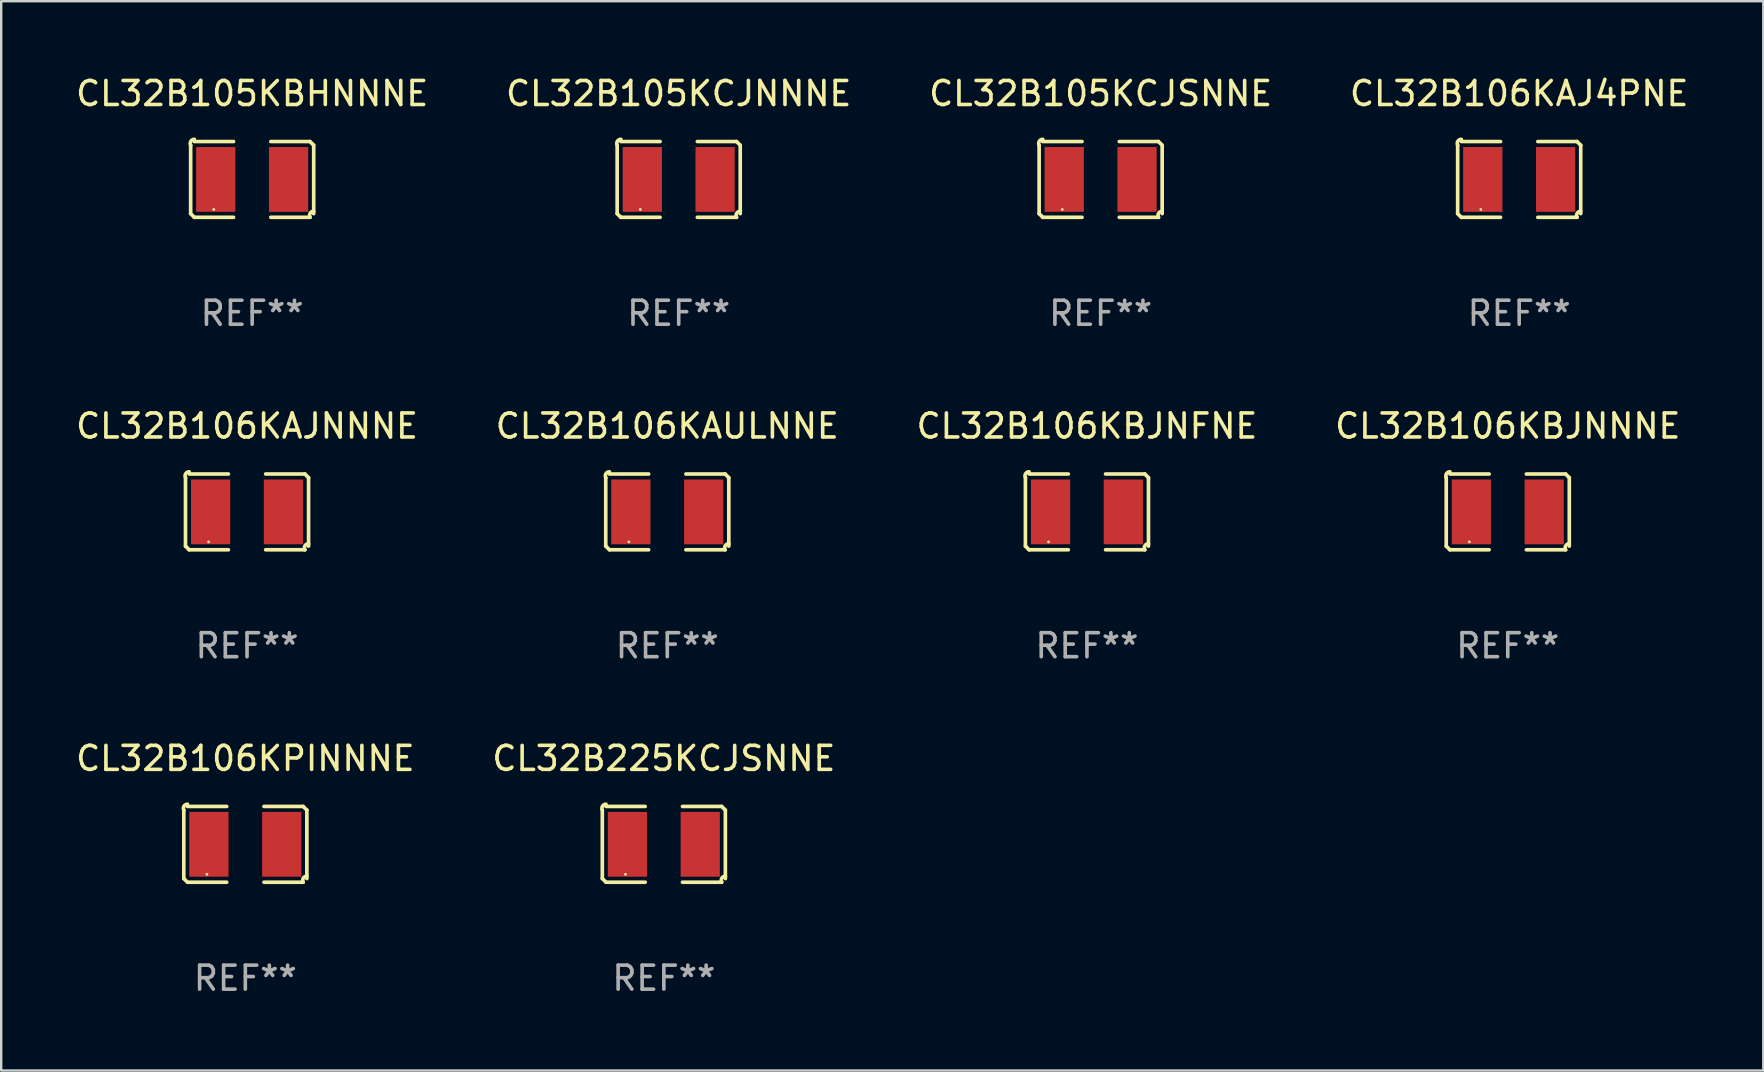
<source format=kicad_pcb>
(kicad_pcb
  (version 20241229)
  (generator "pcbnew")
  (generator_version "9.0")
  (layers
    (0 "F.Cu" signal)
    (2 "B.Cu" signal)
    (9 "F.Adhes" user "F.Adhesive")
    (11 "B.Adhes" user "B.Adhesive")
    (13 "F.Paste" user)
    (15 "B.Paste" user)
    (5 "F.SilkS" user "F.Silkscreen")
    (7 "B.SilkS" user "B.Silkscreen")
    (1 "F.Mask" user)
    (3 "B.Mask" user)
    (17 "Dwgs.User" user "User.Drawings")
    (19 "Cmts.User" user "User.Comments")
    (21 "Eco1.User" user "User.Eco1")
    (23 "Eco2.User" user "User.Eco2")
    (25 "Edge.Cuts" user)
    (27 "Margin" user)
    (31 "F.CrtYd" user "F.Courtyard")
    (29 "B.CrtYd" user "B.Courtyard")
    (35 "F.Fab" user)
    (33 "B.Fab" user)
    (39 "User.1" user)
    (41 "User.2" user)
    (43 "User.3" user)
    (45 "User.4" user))
  (footprint "CL32B106KAJ4PNE"
    (layer "F.Cu")
    (at 60.256 4.427)
    (property "Reference" "CL32B106KAJ4PNE" (at 0 -3.579 0) (layer "F.SilkS") (effects (font (size 1 1) (thickness 0.15))))
    (attr through_hole)
    (fp_line (start -2.564 1.426) (end -2.564 -1.426) (stroke (width 0.152) (type solid)) (layer "F.SilkS"))
    (fp_line (start -2.411 -1.579) (end -0.776 -1.579) (stroke (width 0.152) (type solid)) (layer "F.SilkS"))
    (fp_line (start -0.776 1.579) (end -2.411 1.579) (stroke (width 0.152) (type solid)) (layer "F.SilkS"))
    (fp_line (start 0.776 1.579) (end 2.411 1.579) (stroke (width 0.152) (type solid)) (layer "F.SilkS"))
    (fp_line (start 2.411 -1.579) (end 0.776 -1.579) (stroke (width 0.152) (type solid)) (layer "F.SilkS"))
    (fp_line (start 2.564 1.426) (end 2.564 -1.426) (stroke (width 0.152) (type solid)) (layer "F.SilkS"))
    (fp_arc (start -2.563602 -1.426213) (mid -2.555597 -1.591233) (end -2.411201 -1.671518) (stroke (width 0.1524) (type solid)) (layer "F.SilkS"))
    (fp_arc (start -2.5636 1.426214) (mid -2.487389 1.502402) (end -2.411201 1.578613) (stroke (width 0.1524) (type solid)) (layer "F.SilkS"))
    (fp_arc (start 2.411197 -1.578618) (mid 2.487403 -1.502419) (end 2.563602 -1.426213) (stroke (width 0.1524) (type solid)) (layer "F.SilkS"))
    (fp_arc (start 2.411201 1.578613) (mid 2.416214 1.409455) (end 2.563602 1.32629) (stroke (width 0.1524) (type solid)) (layer "F.SilkS"))
    (fp_circle (center -1.6 1.25) (end -1.57 1.25) (stroke (width 0.06) (type solid)) (fill no) (layer "F.SilkS"))
    (fp_text user "REF**" (at 0 5.579 0) (layer "F.Fab") (effects (font (size 1 1) (thickness 0.15))))
    (pad "1" smd rect (at -1.517 0) (size 1.635 2.7) (layers "F.Cu" "F.Mask" "F.Paste"))
    (pad "2" smd rect (at 1.517 0) (size 1.635 2.7) (layers "F.Cu" "F.Mask" "F.Paste")))
  (footprint "CL32B106KAULNNE"
    (layer "F.Cu")
    (at 24.756 18.281)
    (property "Reference" "CL32B106KAULNNE" (at 0 -3.579 0) (layer "F.SilkS") (effects (font (size 1 1) (thickness 0.15))))
    (attr through_hole)
    (fp_line (start -2.564 1.426) (end -2.564 -1.426) (stroke (width 0.152) (type solid)) (layer "F.SilkS"))
    (fp_line (start -2.411 -1.579) (end -0.776 -1.579) (stroke (width 0.152) (type solid)) (layer "F.SilkS"))
    (fp_line (start -0.776 1.579) (end -2.411 1.579) (stroke (width 0.152) (type solid)) (layer "F.SilkS"))
    (fp_line (start 0.776 1.579) (end 2.411 1.579) (stroke (width 0.152) (type solid)) (layer "F.SilkS"))
    (fp_line (start 2.411 -1.579) (end 0.776 -1.579) (stroke (width 0.152) (type solid)) (layer "F.SilkS"))
    (fp_line (start 2.564 1.426) (end 2.564 -1.426) (stroke (width 0.152) (type solid)) (layer "F.SilkS"))
    (fp_arc (start -2.563602 -1.426213) (mid -2.555597 -1.591233) (end -2.411201 -1.671518) (stroke (width 0.1524) (type solid)) (layer "F.SilkS"))
    (fp_arc (start -2.5636 1.426214) (mid -2.487389 1.502402) (end -2.411201 1.578613) (stroke (width 0.1524) (type solid)) (layer "F.SilkS"))
    (fp_arc (start 2.411197 -1.578618) (mid 2.487403 -1.502419) (end 2.563602 -1.426213) (stroke (width 0.1524) (type solid)) (layer "F.SilkS"))
    (fp_arc (start 2.411201 1.578613) (mid 2.416214 1.409455) (end 2.563602 1.32629) (stroke (width 0.1524) (type solid)) (layer "F.SilkS"))
    (fp_circle (center -1.6 1.25) (end -1.57 1.25) (stroke (width 0.06) (type solid)) (fill no) (layer "F.SilkS"))
    (fp_text user "REF**" (at 0 5.579 0) (layer "F.Fab") (effects (font (size 1 1) (thickness 0.15))))
    (pad "1" smd rect (at -1.517 0) (size 1.635 2.7) (layers "F.Cu" "F.Mask" "F.Paste"))
    (pad "2" smd rect (at 1.517 0) (size 1.635 2.7) (layers "F.Cu" "F.Mask" "F.Paste")))
  (footprint "CL32B106KBJNNNE"
    (layer "F.Cu")
    (at 59.78 18.281)
    (property "Reference" "CL32B106KBJNNNE" (at 0 -3.579 0) (layer "F.SilkS") (effects (font (size 1 1) (thickness 0.15))))
    (attr through_hole)
    (fp_line (start -2.564 1.426) (end -2.564 -1.426) (stroke (width 0.152) (type solid)) (layer "F.SilkS"))
    (fp_line (start -2.411 -1.579) (end -0.776 -1.579) (stroke (width 0.152) (type solid)) (layer "F.SilkS"))
    (fp_line (start -0.776 1.579) (end -2.411 1.579) (stroke (width 0.152) (type solid)) (layer "F.SilkS"))
    (fp_line (start 0.776 1.579) (end 2.411 1.579) (stroke (width 0.152) (type solid)) (layer "F.SilkS"))
    (fp_line (start 2.411 -1.579) (end 0.776 -1.579) (stroke (width 0.152) (type solid)) (layer "F.SilkS"))
    (fp_line (start 2.564 1.426) (end 2.564 -1.426) (stroke (width 0.152) (type solid)) (layer "F.SilkS"))
    (fp_arc (start -2.563602 -1.426213) (mid -2.555597 -1.591233) (end -2.411201 -1.671518) (stroke (width 0.1524) (type solid)) (layer "F.SilkS"))
    (fp_arc (start -2.5636 1.426214) (mid -2.487389 1.502402) (end -2.411201 1.578613) (stroke (width 0.1524) (type solid)) (layer "F.SilkS"))
    (fp_arc (start 2.411197 -1.578618) (mid 2.487403 -1.502419) (end 2.563602 -1.426213) (stroke (width 0.1524) (type solid)) (layer "F.SilkS"))
    (fp_arc (start 2.411201 1.578613) (mid 2.416214 1.409455) (end 2.563602 1.32629) (stroke (width 0.1524) (type solid)) (layer "F.SilkS"))
    (fp_circle (center -1.6 1.25) (end -1.57 1.25) (stroke (width 0.06) (type solid)) (fill no) (layer "F.SilkS"))
    (fp_text user "REF**" (at 0 5.579 0) (layer "F.Fab") (effects (font (size 1 1) (thickness 0.15))))
    (pad "1" smd rect (at -1.517 0) (size 1.635 2.7) (layers "F.Cu" "F.Mask" "F.Paste"))
    (pad "2" smd rect (at 1.517 0) (size 1.635 2.7) (layers "F.Cu" "F.Mask" "F.Paste")))
  (footprint "CL32B106KAJNNNE"
    (layer "F.Cu")
    (at 7.244 18.281)
    (property "Reference" "CL32B106KAJNNNE" (at 0 -3.579 0) (layer "F.SilkS") (effects (font (size 1 1) (thickness 0.15))))
    (attr through_hole)
    (fp_line (start -2.564 1.426) (end -2.564 -1.426) (stroke (width 0.152) (type solid)) (layer "F.SilkS"))
    (fp_line (start -2.411 -1.579) (end -0.776 -1.579) (stroke (width 0.152) (type solid)) (layer "F.SilkS"))
    (fp_line (start -0.776 1.579) (end -2.411 1.579) (stroke (width 0.152) (type solid)) (layer "F.SilkS"))
    (fp_line (start 0.776 1.579) (end 2.411 1.579) (stroke (width 0.152) (type solid)) (layer "F.SilkS"))
    (fp_line (start 2.411 -1.579) (end 0.776 -1.579) (stroke (width 0.152) (type solid)) (layer "F.SilkS"))
    (fp_line (start 2.564 1.426) (end 2.564 -1.426) (stroke (width 0.152) (type solid)) (layer "F.SilkS"))
    (fp_arc (start -2.563602 -1.426213) (mid -2.555597 -1.591233) (end -2.411201 -1.671518) (stroke (width 0.1524) (type solid)) (layer "F.SilkS"))
    (fp_arc (start -2.5636 1.426214) (mid -2.487389 1.502402) (end -2.411201 1.578613) (stroke (width 0.1524) (type solid)) (layer "F.SilkS"))
    (fp_arc (start 2.411197 -1.578618) (mid 2.487403 -1.502419) (end 2.563602 -1.426213) (stroke (width 0.1524) (type solid)) (layer "F.SilkS"))
    (fp_arc (start 2.411201 1.578613) (mid 2.416214 1.409455) (end 2.563602 1.32629) (stroke (width 0.1524) (type solid)) (layer "F.SilkS"))
    (fp_circle (center -1.6 1.25) (end -1.57 1.25) (stroke (width 0.06) (type solid)) (fill no) (layer "F.SilkS"))
    (fp_text user "REF**" (at 0 5.579 0) (layer "F.Fab") (effects (font (size 1 1) (thickness 0.15))))
    (pad "1" smd rect (at -1.517 0) (size 1.635 2.7) (layers "F.Cu" "F.Mask" "F.Paste"))
    (pad "2" smd rect (at 1.517 0) (size 1.635 2.7) (layers "F.Cu" "F.Mask" "F.Paste")))
  (footprint "CL32B105KBHNNNE"
    (layer "F.Cu")
    (at 7.458 4.427)
    (property "Reference" "CL32B105KBHNNNE" (at 0 -3.579 0) (layer "F.SilkS") (effects (font (size 1 1) (thickness 0.15))))
    (attr through_hole)
    (fp_line (start -2.564 1.426) (end -2.564 -1.426) (stroke (width 0.152) (type solid)) (layer "F.SilkS"))
    (fp_line (start -2.411 -1.579) (end -0.776 -1.579) (stroke (width 0.152) (type solid)) (layer "F.SilkS"))
    (fp_line (start -0.776 1.579) (end -2.411 1.579) (stroke (width 0.152) (type solid)) (layer "F.SilkS"))
    (fp_line (start 0.776 1.579) (end 2.411 1.579) (stroke (width 0.152) (type solid)) (layer "F.SilkS"))
    (fp_line (start 2.411 -1.579) (end 0.776 -1.579) (stroke (width 0.152) (type solid)) (layer "F.SilkS"))
    (fp_line (start 2.564 1.426) (end 2.564 -1.426) (stroke (width 0.152) (type solid)) (layer "F.SilkS"))
    (fp_arc (start -2.563602 -1.426213) (mid -2.555597 -1.591233) (end -2.411201 -1.671518) (stroke (width 0.1524) (type solid)) (layer "F.SilkS"))
    (fp_arc (start -2.5636 1.426214) (mid -2.487389 1.502402) (end -2.411201 1.578613) (stroke (width 0.1524) (type solid)) (layer "F.SilkS"))
    (fp_arc (start 2.411197 -1.578618) (mid 2.487403 -1.502419) (end 2.563602 -1.426213) (stroke (width 0.1524) (type solid)) (layer "F.SilkS"))
    (fp_arc (start 2.411201 1.578613) (mid 2.416214 1.409455) (end 2.563602 1.32629) (stroke (width 0.1524) (type solid)) (layer "F.SilkS"))
    (fp_circle (center -1.6 1.25) (end -1.57 1.25) (stroke (width 0.06) (type solid)) (fill no) (layer "F.SilkS"))
    (fp_text user "REF**" (at 0 5.579 0) (layer "F.Fab") (effects (font (size 1 1) (thickness 0.15))))
    (pad "1" smd rect (at -1.517 0) (size 1.635 2.7) (layers "F.Cu" "F.Mask" "F.Paste"))
    (pad "2" smd rect (at 1.517 0) (size 1.635 2.7) (layers "F.Cu" "F.Mask" "F.Paste")))
  (footprint "CL32B105KCJNNNE"
    (layer "F.Cu")
    (at 25.232 4.427)
    (property "Reference" "CL32B105KCJNNNE" (at 0 -3.579 0) (layer "F.SilkS") (effects (font (size 1 1) (thickness 0.15))))
    (attr through_hole)
    (fp_line (start -2.564 1.426) (end -2.564 -1.426) (stroke (width 0.152) (type solid)) (layer "F.SilkS"))
    (fp_line (start -2.411 -1.579) (end -0.776 -1.579) (stroke (width 0.152) (type solid)) (layer "F.SilkS"))
    (fp_line (start -0.776 1.579) (end -2.411 1.579) (stroke (width 0.152) (type solid)) (layer "F.SilkS"))
    (fp_line (start 0.776 1.579) (end 2.411 1.579) (stroke (width 0.152) (type solid)) (layer "F.SilkS"))
    (fp_line (start 2.411 -1.579) (end 0.776 -1.579) (stroke (width 0.152) (type solid)) (layer "F.SilkS"))
    (fp_line (start 2.564 1.426) (end 2.564 -1.426) (stroke (width 0.152) (type solid)) (layer "F.SilkS"))
    (fp_arc (start -2.563602 -1.426213) (mid -2.555597 -1.591233) (end -2.411201 -1.671518) (stroke (width 0.1524) (type solid)) (layer "F.SilkS"))
    (fp_arc (start -2.5636 1.426214) (mid -2.487389 1.502402) (end -2.411201 1.578613) (stroke (width 0.1524) (type solid)) (layer "F.SilkS"))
    (fp_arc (start 2.411197 -1.578618) (mid 2.487403 -1.502419) (end 2.563602 -1.426213) (stroke (width 0.1524) (type solid)) (layer "F.SilkS"))
    (fp_arc (start 2.411201 1.578613) (mid 2.416214 1.409455) (end 2.563602 1.32629) (stroke (width 0.1524) (type solid)) (layer "F.SilkS"))
    (fp_circle (center -1.6 1.25) (end -1.57 1.25) (stroke (width 0.06) (type solid)) (fill no) (layer "F.SilkS"))
    (fp_text user "REF**" (at 0 5.579 0) (layer "F.Fab") (effects (font (size 1 1) (thickness 0.15))))
    (pad "1" smd rect (at -1.517 0) (size 1.635 2.7) (layers "F.Cu" "F.Mask" "F.Paste"))
    (pad "2" smd rect (at 1.517 0) (size 1.635 2.7) (layers "F.Cu" "F.Mask" "F.Paste")))
  (footprint "CL32B106KPINNNE"
    (layer "F.Cu")
    (at 7.173 32.134)
    (property "Reference" "CL32B106KPINNNE" (at 0 -3.579 0) (layer "F.SilkS") (effects (font (size 1 1) (thickness 0.15))))
    (attr through_hole)
    (fp_line (start -2.564 1.426) (end -2.564 -1.426) (stroke (width 0.152) (type solid)) (layer "F.SilkS"))
    (fp_line (start -2.411 -1.579) (end -0.776 -1.579) (stroke (width 0.152) (type solid)) (layer "F.SilkS"))
    (fp_line (start -0.776 1.579) (end -2.411 1.579) (stroke (width 0.152) (type solid)) (layer "F.SilkS"))
    (fp_line (start 0.776 1.579) (end 2.411 1.579) (stroke (width 0.152) (type solid)) (layer "F.SilkS"))
    (fp_line (start 2.411 -1.579) (end 0.776 -1.579) (stroke (width 0.152) (type solid)) (layer "F.SilkS"))
    (fp_line (start 2.564 1.426) (end 2.564 -1.426) (stroke (width 0.152) (type solid)) (layer "F.SilkS"))
    (fp_arc (start -2.563602 -1.426213) (mid -2.555597 -1.591233) (end -2.411201 -1.671518) (stroke (width 0.1524) (type solid)) (layer "F.SilkS"))
    (fp_arc (start -2.5636 1.426214) (mid -2.487389 1.502402) (end -2.411201 1.578613) (stroke (width 0.1524) (type solid)) (layer "F.SilkS"))
    (fp_arc (start 2.411197 -1.578618) (mid 2.487403 -1.502419) (end 2.563602 -1.426213) (stroke (width 0.1524) (type solid)) (layer "F.SilkS"))
    (fp_arc (start 2.411201 1.578613) (mid 2.416214 1.409455) (end 2.563602 1.32629) (stroke (width 0.1524) (type solid)) (layer "F.SilkS"))
    (fp_circle (center -1.6 1.25) (end -1.57 1.25) (stroke (width 0.06) (type solid)) (fill no) (layer "F.SilkS"))
    (fp_text user "REF**" (at 0 5.579 0) (layer "F.Fab") (effects (font (size 1 1) (thickness 0.15))))
    (pad "1" smd rect (at -1.517 0) (size 1.635 2.7) (layers "F.Cu" "F.Mask" "F.Paste"))
    (pad "2" smd rect (at 1.517 0) (size 1.635 2.7) (layers "F.Cu" "F.Mask" "F.Paste")))
  (footprint "CL32B105KCJSNNE"
    (layer "F.Cu")
    (at 42.815 4.427)
    (property "Reference" "CL32B105KCJSNNE" (at 0 -3.579 0) (layer "F.SilkS") (effects (font (size 1 1) (thickness 0.15))))
    (attr through_hole)
    (fp_line (start -2.564 1.426) (end -2.564 -1.426) (stroke (width 0.152) (type solid)) (layer "F.SilkS"))
    (fp_line (start -2.411 -1.579) (end -0.776 -1.579) (stroke (width 0.152) (type solid)) (layer "F.SilkS"))
    (fp_line (start -0.776 1.579) (end -2.411 1.579) (stroke (width 0.152) (type solid)) (layer "F.SilkS"))
    (fp_line (start 0.776 1.579) (end 2.411 1.579) (stroke (width 0.152) (type solid)) (layer "F.SilkS"))
    (fp_line (start 2.411 -1.579) (end 0.776 -1.579) (stroke (width 0.152) (type solid)) (layer "F.SilkS"))
    (fp_line (start 2.564 1.426) (end 2.564 -1.426) (stroke (width 0.152) (type solid)) (layer "F.SilkS"))
    (fp_arc (start -2.563602 -1.426213) (mid -2.555597 -1.591233) (end -2.411201 -1.671518) (stroke (width 0.1524) (type solid)) (layer "F.SilkS"))
    (fp_arc (start -2.5636 1.426214) (mid -2.487389 1.502402) (end -2.411201 1.578613) (stroke (width 0.1524) (type solid)) (layer "F.SilkS"))
    (fp_arc (start 2.411197 -1.578618) (mid 2.487403 -1.502419) (end 2.563602 -1.426213) (stroke (width 0.1524) (type solid)) (layer "F.SilkS"))
    (fp_arc (start 2.411201 1.578613) (mid 2.416214 1.409455) (end 2.563602 1.32629) (stroke (width 0.1524) (type solid)) (layer "F.SilkS"))
    (fp_circle (center -1.6 1.25) (end -1.57 1.25) (stroke (width 0.06) (type solid)) (fill no) (layer "F.SilkS"))
    (fp_text user "REF**" (at 0 5.579 0) (layer "F.Fab") (effects (font (size 1 1) (thickness 0.15))))
    (pad "1" smd rect (at -1.517 0) (size 1.635 2.7) (layers "F.Cu" "F.Mask" "F.Paste"))
    (pad "2" smd rect (at 1.517 0) (size 1.635 2.7) (layers "F.Cu" "F.Mask" "F.Paste")))
  (footprint "CL32B225KCJSNNE"
    (layer "F.Cu")
    (at 24.613 32.134)
    (property "Reference" "CL32B225KCJSNNE" (at 0 -3.579 0) (layer "F.SilkS") (effects (font (size 1 1) (thickness 0.15))))
    (attr through_hole)
    (fp_line (start -2.564 1.426) (end -2.564 -1.426) (stroke (width 0.152) (type solid)) (layer "F.SilkS"))
    (fp_line (start -2.411 -1.579) (end -0.776 -1.579) (stroke (width 0.152) (type solid)) (layer "F.SilkS"))
    (fp_line (start -0.776 1.579) (end -2.411 1.579) (stroke (width 0.152) (type solid)) (layer "F.SilkS"))
    (fp_line (start 0.776 1.579) (end 2.411 1.579) (stroke (width 0.152) (type solid)) (layer "F.SilkS"))
    (fp_line (start 2.411 -1.579) (end 0.776 -1.579) (stroke (width 0.152) (type solid)) (layer "F.SilkS"))
    (fp_line (start 2.564 1.426) (end 2.564 -1.426) (stroke (width 0.152) (type solid)) (layer "F.SilkS"))
    (fp_arc (start -2.563602 -1.426213) (mid -2.555597 -1.591233) (end -2.411201 -1.671518) (stroke (width 0.1524) (type solid)) (layer "F.SilkS"))
    (fp_arc (start -2.5636 1.426214) (mid -2.487389 1.502402) (end -2.411201 1.578613) (stroke (width 0.1524) (type solid)) (layer "F.SilkS"))
    (fp_arc (start 2.411197 -1.578618) (mid 2.487403 -1.502419) (end 2.563602 -1.426213) (stroke (width 0.1524) (type solid)) (layer "F.SilkS"))
    (fp_arc (start 2.411201 1.578613) (mid 2.416214 1.409455) (end 2.563602 1.32629) (stroke (width 0.1524) (type solid)) (layer "F.SilkS"))
    (fp_circle (center -1.6 1.25) (end -1.57 1.25) (stroke (width 0.06) (type solid)) (fill no) (layer "F.SilkS"))
    (fp_text user "REF**" (at 0 5.579 0) (layer "F.Fab") (effects (font (size 1 1) (thickness 0.15))))
    (pad "1" smd rect (at -1.517 0) (size 1.635 2.7) (layers "F.Cu" "F.Mask" "F.Paste"))
    (pad "2" smd rect (at 1.517 0) (size 1.635 2.7) (layers "F.Cu" "F.Mask" "F.Paste")))
  (footprint "CL32B106KBJNFNE"
    (layer "F.Cu")
    (at 42.244 18.281)
    (property "Reference" "CL32B106KBJNFNE" (at 0 -3.579 0) (layer "F.SilkS") (effects (font (size 1 1) (thickness 0.15))))
    (attr through_hole)
    (fp_line (start -2.564 1.426) (end -2.564 -1.426) (stroke (width 0.152) (type solid)) (layer "F.SilkS"))
    (fp_line (start -2.411 -1.579) (end -0.776 -1.579) (stroke (width 0.152) (type solid)) (layer "F.SilkS"))
    (fp_line (start -0.776 1.579) (end -2.411 1.579) (stroke (width 0.152) (type solid)) (layer "F.SilkS"))
    (fp_line (start 0.776 1.579) (end 2.411 1.579) (stroke (width 0.152) (type solid)) (layer "F.SilkS"))
    (fp_line (start 2.411 -1.579) (end 0.776 -1.579) (stroke (width 0.152) (type solid)) (layer "F.SilkS"))
    (fp_line (start 2.564 1.426) (end 2.564 -1.426) (stroke (width 0.152) (type solid)) (layer "F.SilkS"))
    (fp_arc (start -2.563602 -1.426213) (mid -2.555597 -1.591233) (end -2.411201 -1.671518) (stroke (width 0.1524) (type solid)) (layer "F.SilkS"))
    (fp_arc (start -2.5636 1.426214) (mid -2.487389 1.502402) (end -2.411201 1.578613) (stroke (width 0.1524) (type solid)) (layer "F.SilkS"))
    (fp_arc (start 2.411197 -1.578618) (mid 2.487403 -1.502419) (end 2.563602 -1.426213) (stroke (width 0.1524) (type solid)) (layer "F.SilkS"))
    (fp_arc (start 2.411201 1.578613) (mid 2.416214 1.409455) (end 2.563602 1.32629) (stroke (width 0.1524) (type solid)) (layer "F.SilkS"))
    (fp_circle (center -1.6 1.25) (end -1.57 1.25) (stroke (width 0.06) (type solid)) (fill no) (layer "F.SilkS"))
    (fp_text user "REF**" (at 0 5.579 0) (layer "F.Fab") (effects (font (size 1 1) (thickness 0.15))))
    (pad "1" smd rect (at -1.517 0) (size 1.635 2.7) (layers "F.Cu" "F.Mask" "F.Paste"))
    (pad "2" smd rect (at 1.517 0) (size 1.635 2.7) (layers "F.Cu" "F.Mask" "F.Paste")))
  (gr_rect
    (start -3 -3)
    (end 70.429 41.561)
    (stroke (width 0.1) (type default))
    (fill no)
    (layer "Edge.Cuts")))
</source>
